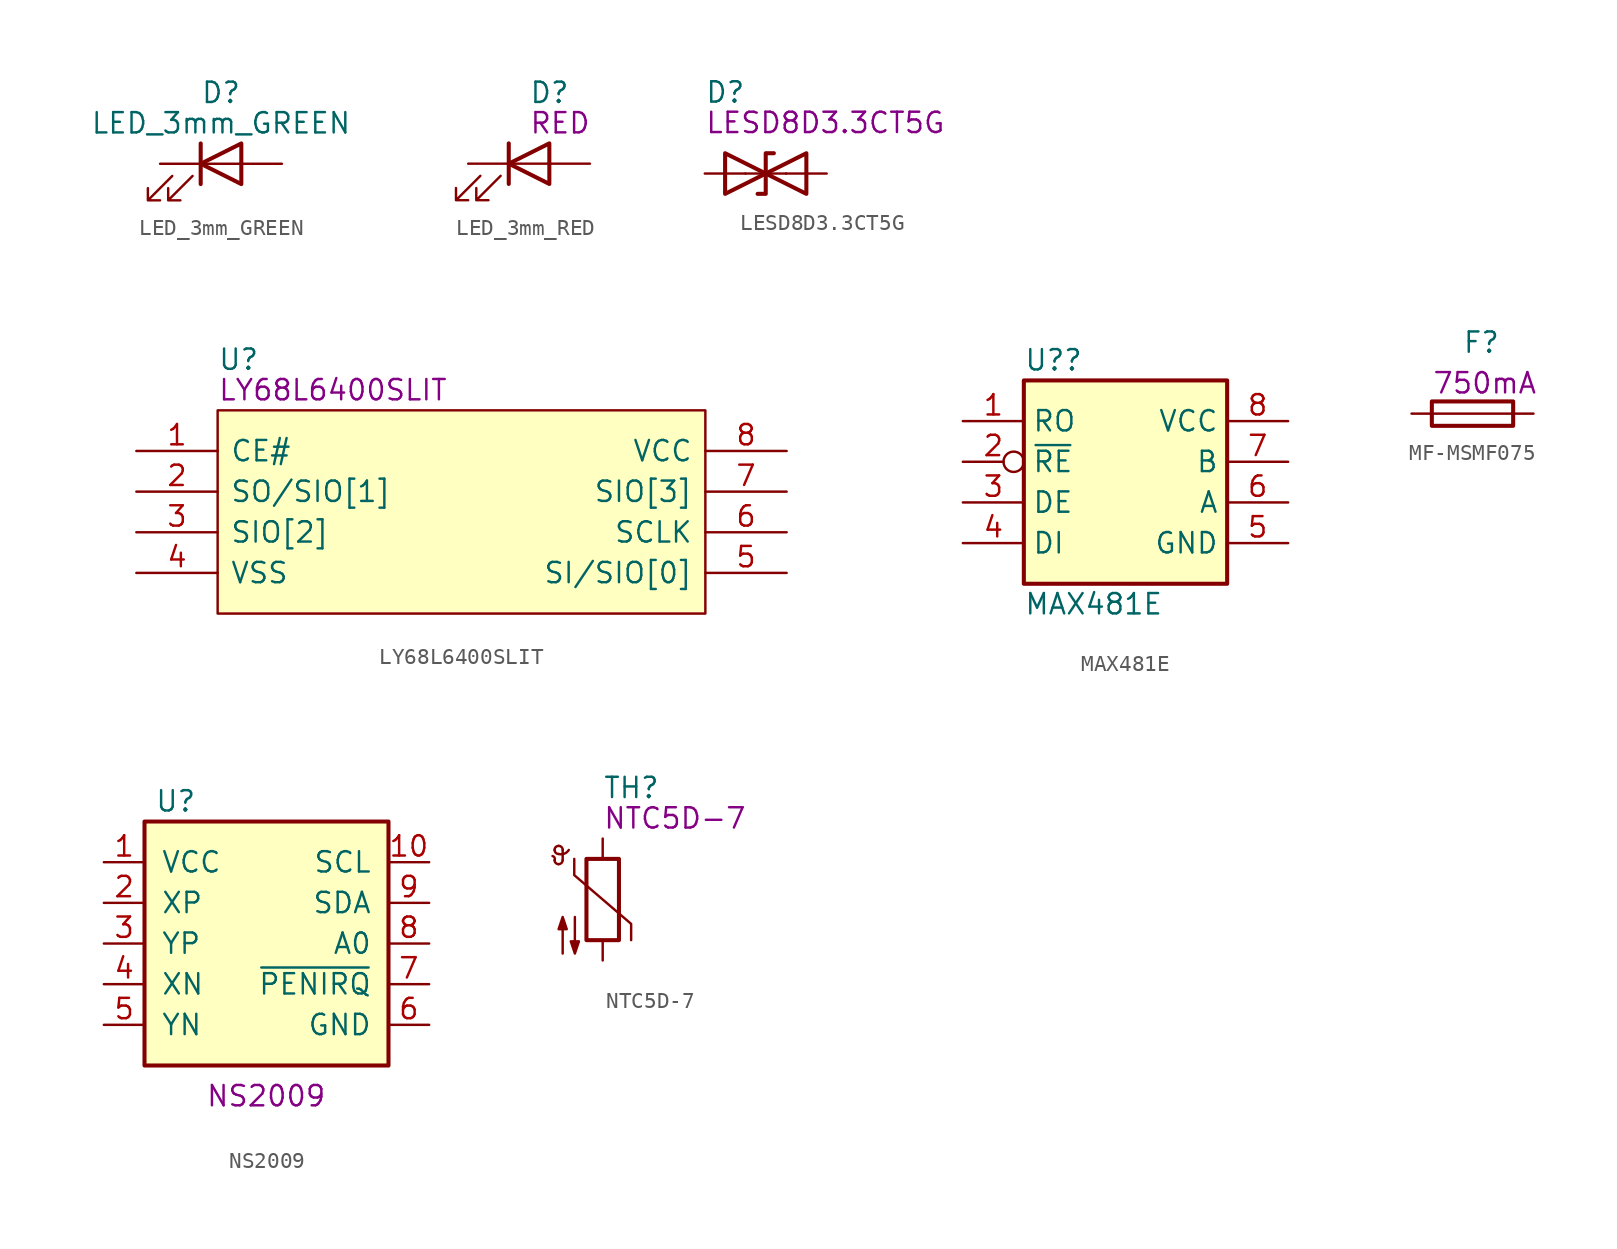
<source format=kicad_sym>
(kicad_symbol_lib
  (version 20211014)
  (generator kicad_symbol_editor)
  (symbol "LED_3mm_GREEN"
    (pin_numbers hide)
    (pin_names
      (offset 1.016) hide)
    (property "Reference" "D"
      (at 0 4.445 0)
      (effects (font (size 1.27 1.27))))
    (property "Value" "LED_3mm_GREEN"
      (at 0 2.54 0)
      (effects (font (size 1.27 1.27))))
    (symbol "LED_3mm_GREEN_0_1"
      (polyline (pts (xy -1.27 -1.27) (xy -1.27 1.27)) (stroke (width 0.254) (type default) (color 0 0 0 0)) (fill (type none)))
      (polyline (pts (xy -1.27 0) (xy 1.27 0)) (stroke (width 0) (type default) (color 0 0 0 0)) (fill (type none)))
      (polyline (pts (xy 1.27 -1.27) (xy 1.27 1.27) (xy -1.27 0) (xy 1.27 -1.27)) (stroke (width 0.254) (type default) (color 0 0 0 0)) (fill (type none)))
      (polyline (pts (xy -3.048 -0.762) (xy -4.572 -2.286) (xy -3.81 -2.286) (xy -4.572 -2.286) (xy -4.572 -1.524)) (stroke (width 0) (type default) (color 0 0 0 0)) (fill (type none)))
      (polyline (pts (xy -1.778 -0.762) (xy -3.302 -2.286) (xy -2.54 -2.286) (xy -3.302 -2.286) (xy -3.302 -1.524)) (stroke (width 0) (type default) (color 0 0 0 0)) (fill (type none))))
    (symbol "LED_3mm_GREEN_1_1"
      (pin passive line (at -3.81 0 0) (length 2.54) (name "K" (effects (font (size 1.27 1.27)))) (number "1" (effects (font (size 1.27 1.27)))))
      (pin passive line (at 3.81 0 180) (length 2.54) (name "A" (effects (font (size 1.27 1.27)))) (number "2" (effects (font (size 1.27 1.27)))))))
  (symbol "LED_3mm_RED"
    (pin_numbers hide)
    (pin_names
      (offset 1.016) hide)
    (property "Reference" "D"
      (at 0 4.445 0)
      (effects (font (size 1.27 1.27)) (justify left)))
    (property "Symbol" "RED"
      (at 0 2.54 0)
      (effects (font (size 1.27 1.27)) (justify left)))
    (symbol "LED_3mm_RED_0_1"
      (polyline (pts (xy -1.27 -1.27) (xy -1.27 1.27)) (stroke (width 0.254) (type default) (color 0 0 0 0)) (fill (type none)))
      (polyline (pts (xy -1.27 0) (xy 1.27 0)) (stroke (width 0) (type default) (color 0 0 0 0)) (fill (type none)))
      (polyline (pts (xy 1.27 -1.27) (xy 1.27 1.27) (xy -1.27 0) (xy 1.27 -1.27)) (stroke (width 0.254) (type default) (color 0 0 0 0)) (fill (type none)))
      (polyline (pts (xy -3.048 -0.762) (xy -4.572 -2.286) (xy -3.81 -2.286) (xy -4.572 -2.286) (xy -4.572 -1.524)) (stroke (width 0) (type default) (color 0 0 0 0)) (fill (type none)))
      (polyline (pts (xy -1.778 -0.762) (xy -3.302 -2.286) (xy -2.54 -2.286) (xy -3.302 -2.286) (xy -3.302 -1.524)) (stroke (width 0) (type default) (color 0 0 0 0)) (fill (type none))))
    (symbol "LED_3mm_RED_1_1"
      (pin passive line (at -3.81 0 0) (length 2.54) (name "K" (effects (font (size 1.27 1.27)))) (number "1" (effects (font (size 1.27 1.27)))))
      (pin passive line (at 3.81 0 180) (length 2.54) (name "A" (effects (font (size 1.27 1.27)))) (number "2" (effects (font (size 1.27 1.27)))))))
  (symbol "LESD8D3.3CT5G"
    (pin_numbers hide)
    (pin_names
      (offset 0.762))
    (property "Reference" "D"
      (at -3.81 5.08 0)
      (effects (font (size 1.27 1.27)) (justify left)))
    (property "Symbol" "LESD8D3.3CT5G"
      (at -3.81 3.175 0)
      (effects (font (size 1.27 1.27)) (justify left)))
    (symbol "LESD8D3.3CT5G_0_1"
      (polyline (pts (xy 1.27 0) (xy -1.27 0)) (stroke (width 0) (type default) (color 0 0 0 0)) (fill (type none)))
      (polyline (pts (xy 0.508 1.27) (xy 0 1.27) (xy 0 -1.27) (xy -0.508 -1.27)) (stroke (width 0.254) (type default) (color 0 0 0 0)) (fill (type none)))
      (polyline (pts (xy -2.54 1.27) (xy -2.54 -1.27) (xy 2.54 1.27) (xy 2.54 -1.27) (xy -2.54 1.27)) (stroke (width 0.254) (type default) (color 0 0 0 0)) (fill (type none))))
    (symbol "LESD8D3.3CT5G_1_1"
      (pin passive line (at -3.81 0 0) (length 2.54) (name "~" (effects (font (size 1.27 1.27)))) (number "1" (effects (font (size 1.27 1.27)))))
      (pin passive line (at 3.81 0 180) (length 2.54) (name "~" (effects (font (size 1.27 1.27)))) (number "2" (effects (font (size 1.27 1.27)))))))
  (symbol "LY68L6400SLIT"
    (pin_names
      (offset 0.762))
    (property "Reference" "U"
      (at -15.24 9.525 0)
      (effects (font (size 1.27 1.27)) (justify left)))
    (property "Symbol" "LY68L6400SLIT"
      (at -15.24 7.62 0)
      (effects (font (size 1.27 1.27)) (justify left)))
    (symbol "LY68L6400SLIT_0_0"
      (pin passive line (at -20.32 3.81 0) (length 5.08) (name "CE#" (effects (font (size 1.27 1.27)))) (number "1" (effects (font (size 1.27 1.27)))))
      (pin passive line (at -20.32 1.27 0) (length 5.08) (name "SO/SIO[1]" (effects (font (size 1.27 1.27)))) (number "2" (effects (font (size 1.27 1.27)))))
      (pin passive line (at -20.32 -1.27 0) (length 5.08) (name "SIO[2]" (effects (font (size 1.27 1.27)))) (number "3" (effects (font (size 1.27 1.27)))))
      (pin passive line (at -20.32 -3.81 0) (length 5.08) (name "VSS" (effects (font (size 1.27 1.27)))) (number "4" (effects (font (size 1.27 1.27)))))
      (pin passive line (at 20.32 -3.81 180) (length 5.08) (name "SI/SIO[0]" (effects (font (size 1.27 1.27)))) (number "5" (effects (font (size 1.27 1.27)))))
      (pin passive line (at 20.32 -1.27 180) (length 5.08) (name "SCLK" (effects (font (size 1.27 1.27)))) (number "6" (effects (font (size 1.27 1.27)))))
      (pin passive line (at 20.32 1.27 180) (length 5.08) (name "SIO[3]" (effects (font (size 1.27 1.27)))) (number "7" (effects (font (size 1.27 1.27)))))
      (pin passive line (at 20.32 3.81 180) (length 5.08) (name "VCC" (effects (font (size 1.27 1.27)))) (number "8" (effects (font (size 1.27 1.27))))))
    (symbol "LY68L6400SLIT_0_1"
      (polyline (pts (xy -15.24 6.35) (xy 15.24 6.35) (xy 15.24 -6.35) (xy -15.24 -6.35) (xy -15.24 6.35)) (stroke (width 0.152) (type default) (color 0 0 0 0)) (fill (type background)))))
  (symbol "MAX481E"
    (property "Reference" "U?"
      (at -6.35 7.62 0)
      (effects (font (size 1.27 1.27)) (justify left)))
    (property "Value" "MAX481E"
      (at -6.35 -7.62 0)
      (effects (font (size 1.27 1.27)) (justify left)))
    (symbol "MAX481E_0_1"
      (rectangle (start -6.35 6.35) (end 6.35 -6.35) (stroke (width 0.254) (type default) (color 0 0 0 0)) (fill (type background))))
    (symbol "MAX481E_1_1"
      (pin output line (at -10.16 3.81 0) (length 3.81) (name "RO" (effects (font (size 1.27 1.27)))) (number "1" (effects (font (size 1.27 1.27)))))
      (pin input inverted (at -10.16 1.27 0) (length 3.81) (name "~{RE}" (effects (font (size 1.27 1.27)))) (number "2" (effects (font (size 1.27 1.27)))))
      (pin input line (at -10.16 -1.27 0) (length 3.81) (name "DE" (effects (font (size 1.27 1.27)))) (number "3" (effects (font (size 1.27 1.27)))))
      (pin input line (at -10.16 -3.81 0) (length 3.81) (name "DI" (effects (font (size 1.27 1.27)))) (number "4" (effects (font (size 1.27 1.27)))))
      (pin power_in line (at 10.16 -3.81 180) (length 3.81) (name "GND" (effects (font (size 1.27 1.27)))) (number "5" (effects (font (size 1.27 1.27)))))
      (pin bidirectional line (at 10.16 -1.27 180) (length 3.81) (name "A" (effects (font (size 1.27 1.27)))) (number "6" (effects (font (size 1.27 1.27)))))
      (pin bidirectional line (at 10.16 1.27 180) (length 3.81) (name "B" (effects (font (size 1.27 1.27)))) (number "7" (effects (font (size 1.27 1.27)))))
      (pin power_in line (at 10.16 3.81 180) (length 3.81) (name "VCC" (effects (font (size 1.27 1.27)))) (number "8" (effects (font (size 1.27 1.27)))))))
  (symbol "MF-MSMF075"
    (pin_numbers hide)
    (pin_names
      (offset 1.016))
    (property "Reference" "F"
      (at -0.635 4.445 0)
      (effects (font (size 1.27 1.27)) (justify left)))
    (property "Symbol" "750mA"
      (at -2.54 1.905 0)
      (effects (font (size 1.27 1.27)) (justify left)))
    (symbol "MF-MSMF075_0_1"
      (polyline (pts (xy -2.54 0) (xy 2.54 0)) (stroke (width 0) (type default) (color 0 0 0 0)) (fill (type none)))
      (rectangle (start 2.54 -0.762) (end -2.54 0.762) (stroke (width 0.254) (type default) (color 0 0 0 0)) (fill (type none))))
    (symbol "MF-MSMF075_1_1"
      (pin passive line (at -3.81 0 0) (length 1.27) (name "~" (effects (font (size 1.27 1.27)))) (number "1" (effects (font (size 1.27 1.27)))))
      (pin passive line (at 3.81 0 180) (length 1.27) (name "~" (effects (font (size 1.27 1.27)))) (number "2" (effects (font (size 1.27 1.27)))))))
  (symbol "NS2009"
    (pin_names
      (offset 1.016))
    (property "Reference" "U"
      (at -6.985 8.89 0)
      (effects (font (size 1.27 1.27)) (justify left)))
    (property "Symbol" "NS2009"
      (at -3.81 -9.525 0)
      (effects (font (size 1.27 1.27)) (justify left)))
    (symbol "NS2009_0_0"
      (pin power_in line (at -10.16 5.08 0) (length 2.54) (name "VCC" (effects (font (size 1.27 1.27)))) (number "1" (effects (font (size 1.27 1.27)))))
      (pin power_in line (at 10.16 -5.08 180) (length 2.54) (name "GND" (effects (font (size 1.27 1.27)))) (number "6" (effects (font (size 1.27 1.27))))))
    (symbol "NS2009_0_1"
      (rectangle (start -7.62 7.62) (end 7.62 -7.62) (stroke (width 0.254) (type default) (color 0 0 0 0)) (fill (type background))))
    (symbol "NS2009_1_1"
      (pin bidirectional line (at 10.16 5.08 180) (length 2.54) (name "SCL" (effects (font (size 1.27 1.27)))) (number "10" (effects (font (size 1.27 1.27)))))
      (pin input line (at -10.16 2.54 0) (length 2.54) (name "XP" (effects (font (size 1.27 1.27)))) (number "2" (effects (font (size 1.27 1.27)))))
      (pin input line (at -10.16 0 0) (length 2.54) (name "YP" (effects (font (size 1.27 1.27)))) (number "3" (effects (font (size 1.27 1.27)))))
      (pin input line (at -10.16 -2.54 0) (length 2.54) (name "XN" (effects (font (size 1.27 1.27)))) (number "4" (effects (font (size 1.27 1.27)))))
      (pin input line (at -10.16 -5.08 0) (length 2.54) (name "YN" (effects (font (size 1.27 1.27)))) (number "5" (effects (font (size 1.27 1.27)))))
      (pin output line (at 10.16 -2.54 180) (length 2.54) (name "~{PENIRQ}" (effects (font (size 1.27 1.27)))) (number "7" (effects (font (size 1.27 1.27)))))
      (pin input line (at 10.16 0 180) (length 2.54) (name "A0" (effects (font (size 1.27 1.27)))) (number "8" (effects (font (size 1.27 1.27)))))
      (pin bidirectional line (at 10.16 2.54 180) (length 2.54) (name "SDA" (effects (font (size 1.27 1.27)))) (number "9" (effects (font (size 1.27 1.27)))))))
  (symbol "NTC5D-7"
    (pin_numbers hide)
    (pin_names
      (offset 1.016))
    (property "Reference" "TH"
      (at 0 6.985 0)
      (effects (font (size 1.27 1.27)) (justify left)))
    (property "Symbol" "NTC5D-7"
      (at 0 5.08 0)
      (effects (font (size 1.27 1.27)) (justify left)))
    (symbol "NTC5D-7_0_1"
      (arc (start -3.0098 2.4639) (mid -3.0123 2.6214) (end -3.1368 2.7179) (stroke (width 0) (type default) (color 0 0 0 0)) (fill (type none)))
      (arc (start -3.0098 2.4639) (mid -2.9354 2.2843) (end -2.7558 2.2099) (stroke (width 0) (type default) (color 0 0 0 0)) (fill (type none)))
      (arc (start -3.0098 3.0989) (mid -2.9354 2.9193) (end -2.7558 2.8449) (stroke (width 0) (type default) (color 0 0 0 0)) (fill (type none)))
      (arc (start -2.7558 2.2099) (mid -2.5762 2.2843) (end -2.5018 2.4639) (stroke (width 0) (type default) (color 0 0 0 0)) (fill (type none)))
      (arc (start -2.7558 2.8449) (mid -2.3958 2.8657) (end -2.1208 3.0989) (stroke (width 0) (type default) (color 0 0 0 0)) (fill (type none)))
      (arc (start -2.7558 3.3529) (mid -2.9354 3.2785) (end -3.0098 3.0989) (stroke (width 0) (type default) (color 0 0 0 0)) (fill (type none)))
      (arc (start -2.5018 3.0989) (mid -2.5762 3.2785) (end -2.7558 3.3529) (stroke (width 0) (type default) (color 0 0 0 0)) (fill (type none)))
      (rectangle (start -1.016 -2.54) (end 1.016 2.54) (stroke (width 0.254) (type default) (color 0 0 0 0)) (fill (type none)))
      (polyline (pts (xy -2.502 2.464) (xy -2.502 3.099)) (stroke (width 0) (type default) (color 0 0 0 0)) (fill (type none)))
      (polyline (pts (xy -1.778 2.54) (xy -1.778 1.524) (xy 1.778 -1.524) (xy 1.778 -2.54)) (stroke (width 0) (type default) (color 0 0 0 0)) (fill (type none)))
      (polyline (pts (xy -2.502 -3.378) (xy -2.502 -1.092) (xy -2.756 -1.854) (xy -2.248 -1.854) (xy -2.502 -1.092) (xy -2.502 -1.346)) (stroke (width 0) (type default) (color 0 0 0 0)) (fill (type outline)))
      (polyline (pts (xy -1.74 -1.092) (xy -1.74 -3.378) (xy -1.994 -2.616) (xy -1.486 -2.616) (xy -1.74 -3.378) (xy -1.74 -3.124)) (stroke (width 0) (type default) (color 0 0 0 0)) (fill (type outline))))
    (symbol "NTC5D-7_1_1"
      (pin passive line (at 0 3.81 270) (length 1.27) (name "~" (effects (font (size 1.27 1.27)))) (number "1" (effects (font (size 1.27 1.27)))))
      (pin passive line (at 0 -3.81 90) (length 1.27) (name "~" (effects (font (size 1.27 1.27)))) (number "2" (effects (font (size 1.27 1.27))))))))
</source>
